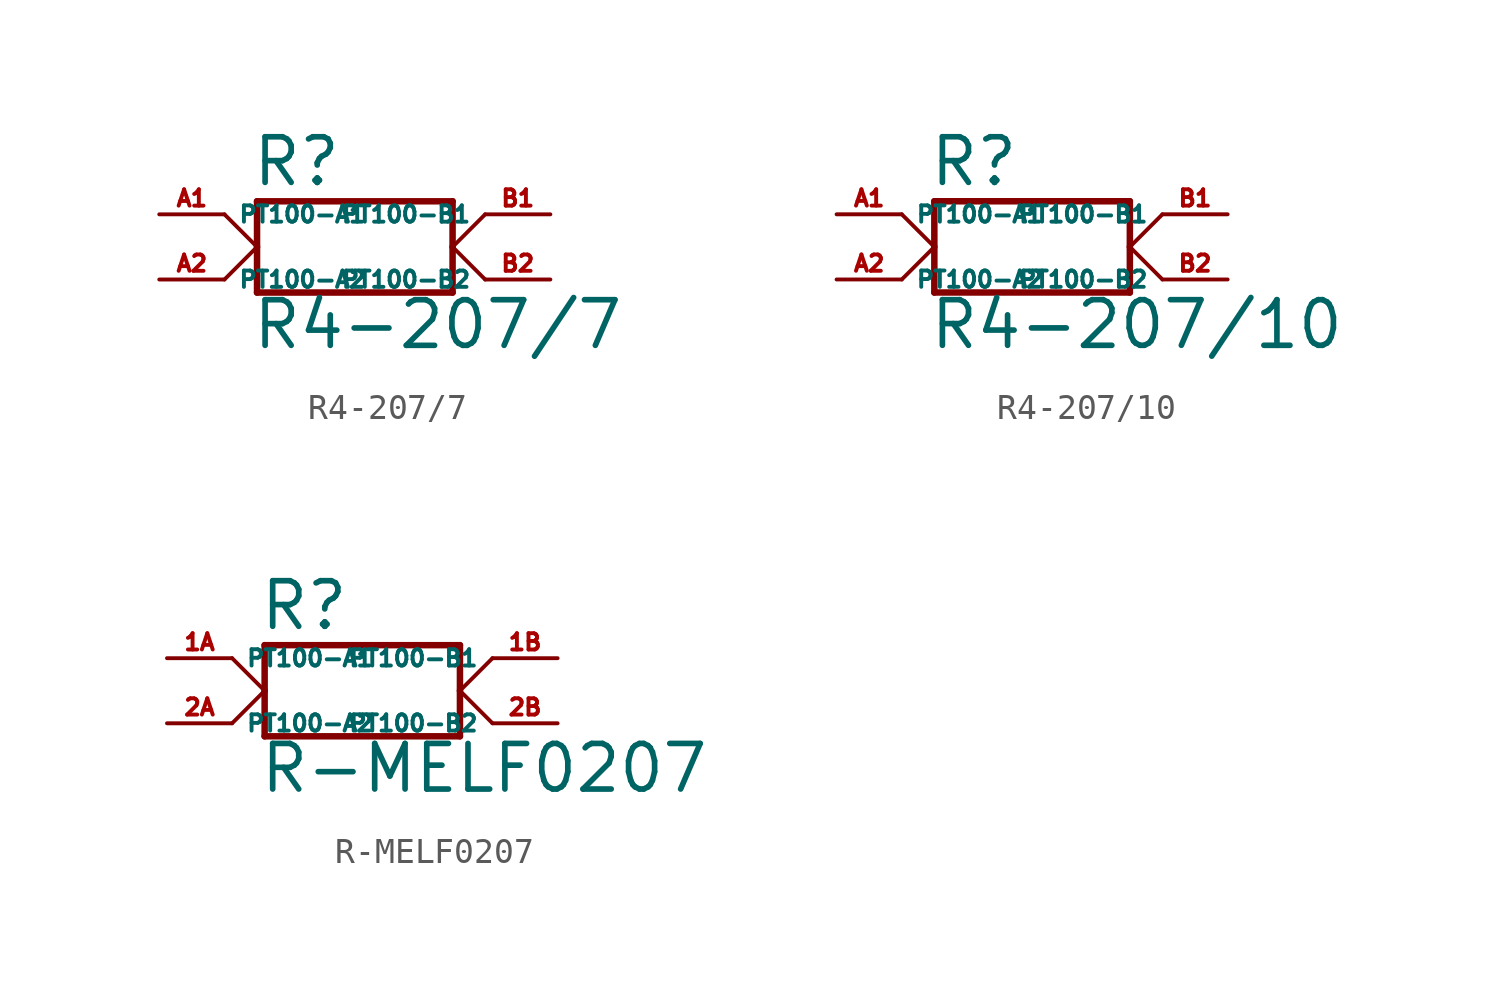
<source format=kicad_sym>
(kicad_symbol_lib
  (version 20220914)
  (generator Eagle2Kicad)
  (symbol "R4-207/7"
    (property "Reference" "R"
      (at -4.064 3.556 0)
      (effects (font (size 1.778 1.778) (thickness 0.22)) (justify left bottom)))
    (property "Value" "R4-207/7"
      (at -4.064 -2.794 0)
      (effects (font (size 1.778 1.778) (thickness 0.22)) (justify left bottom)))
    (polyline
      (pts (xy -3.81 3.048) (xy -3.81 1.27))
      (stroke (width 0.254) (type default))
      (fill (type none)))
    (polyline
      (pts (xy -3.81 1.27) (xy -3.81 -0.508))
      (stroke (width 0.254) (type default))
      (fill (type none)))
    (polyline
      (pts (xy -3.81 -0.508) (xy 3.81 -0.508))
      (stroke (width 0.254) (type default))
      (fill (type none)))
    (polyline
      (pts (xy 3.81 -0.508) (xy 3.81 1.27))
      (stroke (width 0.254) (type default))
      (fill (type none)))
    (polyline
      (pts (xy 3.81 1.27) (xy 3.81 3.048))
      (stroke (width 0.254) (type default))
      (fill (type none)))
    (polyline
      (pts (xy 3.81 3.048) (xy -3.81 3.048))
      (stroke (width 0.254) (type default))
      (fill (type none)))
    (polyline
      (pts (xy -5.08 2.54) (xy -3.81 1.27))
      (stroke (width 0.152) (type default))
      (fill (type none)))
    (polyline
      (pts (xy -3.81 1.27) (xy -5.08 0))
      (stroke (width 0.152) (type default))
      (fill (type none)))
    (polyline
      (pts (xy 5.08 2.54) (xy 3.81 1.27))
      (stroke (width 0.152) (type default))
      (fill (type none)))
    (polyline
      (pts (xy 3.81 1.27) (xy 5.08 0))
      (stroke (width 0.152) (type default))
      (fill (type none)))
    (pin passive line
      (at -7.62 0 0)
      (length 2.54)
      (name "PT100-A2" (effects (font (size 0.635 0.635) (thickness 0.08)) (justify left bottom)))
      (number "A2" (effects (font (size 0.635 0.635) (thickness 0.08)) (justify left bottom))))
    (pin passive line
      (at 7.62 0 180)
      (length 2.54)
      (name "PT100-B2" (effects (font (size 0.635 0.635) (thickness 0.08)) (justify left bottom)))
      (number "B2" (effects (font (size 0.635 0.635) (thickness 0.08)) (justify left bottom))))
    (pin passive line
      (at -7.62 2.54 0)
      (length 2.54)
      (name "PT100-A1" (effects (font (size 0.635 0.635) (thickness 0.08)) (justify left bottom)))
      (number "A1" (effects (font (size 0.635 0.635) (thickness 0.08)) (justify left bottom))))
    (pin passive line
      (at 7.62 2.54 180)
      (length 2.54)
      (name "PT100-B1" (effects (font (size 0.635 0.635) (thickness 0.08)) (justify left bottom)))
      (number "B1" (effects (font (size 0.635 0.635) (thickness 0.08)) (justify left bottom)))))
  (symbol "R4-207/10"
    (property "Reference" "R"
      (at -4.064 3.556 0)
      (effects (font (size 1.778 1.778) (thickness 0.22)) (justify left bottom)))
    (property "Value" "R4-207/10"
      (at -4.064 -2.794 0)
      (effects (font (size 1.778 1.778) (thickness 0.22)) (justify left bottom)))
    (polyline
      (pts (xy -3.81 3.048) (xy -3.81 1.27))
      (stroke (width 0.254) (type default))
      (fill (type none)))
    (polyline
      (pts (xy -3.81 1.27) (xy -3.81 -0.508))
      (stroke (width 0.254) (type default))
      (fill (type none)))
    (polyline
      (pts (xy -3.81 -0.508) (xy 3.81 -0.508))
      (stroke (width 0.254) (type default))
      (fill (type none)))
    (polyline
      (pts (xy 3.81 -0.508) (xy 3.81 1.27))
      (stroke (width 0.254) (type default))
      (fill (type none)))
    (polyline
      (pts (xy 3.81 1.27) (xy 3.81 3.048))
      (stroke (width 0.254) (type default))
      (fill (type none)))
    (polyline
      (pts (xy 3.81 3.048) (xy -3.81 3.048))
      (stroke (width 0.254) (type default))
      (fill (type none)))
    (polyline
      (pts (xy -5.08 2.54) (xy -3.81 1.27))
      (stroke (width 0.152) (type default))
      (fill (type none)))
    (polyline
      (pts (xy -3.81 1.27) (xy -5.08 0))
      (stroke (width 0.152) (type default))
      (fill (type none)))
    (polyline
      (pts (xy 5.08 2.54) (xy 3.81 1.27))
      (stroke (width 0.152) (type default))
      (fill (type none)))
    (polyline
      (pts (xy 3.81 1.27) (xy 5.08 0))
      (stroke (width 0.152) (type default))
      (fill (type none)))
    (pin passive line
      (at -7.62 0 0)
      (length 2.54)
      (name "PT100-A2" (effects (font (size 0.635 0.635) (thickness 0.08)) (justify left bottom)))
      (number "A2" (effects (font (size 0.635 0.635) (thickness 0.08)) (justify left bottom))))
    (pin passive line
      (at 7.62 0 180)
      (length 2.54)
      (name "PT100-B2" (effects (font (size 0.635 0.635) (thickness 0.08)) (justify left bottom)))
      (number "B2" (effects (font (size 0.635 0.635) (thickness 0.08)) (justify left bottom))))
    (pin passive line
      (at -7.62 2.54 0)
      (length 2.54)
      (name "PT100-A1" (effects (font (size 0.635 0.635) (thickness 0.08)) (justify left bottom)))
      (number "A1" (effects (font (size 0.635 0.635) (thickness 0.08)) (justify left bottom))))
    (pin passive line
      (at 7.62 2.54 180)
      (length 2.54)
      (name "PT100-B1" (effects (font (size 0.635 0.635) (thickness 0.08)) (justify left bottom)))
      (number "B1" (effects (font (size 0.635 0.635) (thickness 0.08)) (justify left bottom)))))
  (symbol "R-MELF0207"
    (property "Reference" "R"
      (at -4.064 3.556 0)
      (effects (font (size 1.778 1.778) (thickness 0.22)) (justify left bottom)))
    (property "Value" "R-MELF0207"
      (at -4.064 -2.794 0)
      (effects (font (size 1.778 1.778) (thickness 0.22)) (justify left bottom)))
    (polyline
      (pts (xy -3.81 3.048) (xy -3.81 1.27))
      (stroke (width 0.254) (type default))
      (fill (type none)))
    (polyline
      (pts (xy -3.81 1.27) (xy -3.81 -0.508))
      (stroke (width 0.254) (type default))
      (fill (type none)))
    (polyline
      (pts (xy -3.81 -0.508) (xy 3.81 -0.508))
      (stroke (width 0.254) (type default))
      (fill (type none)))
    (polyline
      (pts (xy 3.81 -0.508) (xy 3.81 1.27))
      (stroke (width 0.254) (type default))
      (fill (type none)))
    (polyline
      (pts (xy 3.81 1.27) (xy 3.81 3.048))
      (stroke (width 0.254) (type default))
      (fill (type none)))
    (polyline
      (pts (xy 3.81 3.048) (xy -3.81 3.048))
      (stroke (width 0.254) (type default))
      (fill (type none)))
    (polyline
      (pts (xy -5.08 2.54) (xy -3.81 1.27))
      (stroke (width 0.152) (type default))
      (fill (type none)))
    (polyline
      (pts (xy -3.81 1.27) (xy -5.08 0))
      (stroke (width 0.152) (type default))
      (fill (type none)))
    (polyline
      (pts (xy 5.08 2.54) (xy 3.81 1.27))
      (stroke (width 0.152) (type default))
      (fill (type none)))
    (polyline
      (pts (xy 3.81 1.27) (xy 5.08 0))
      (stroke (width 0.152) (type default))
      (fill (type none)))
    (pin passive line
      (at -7.62 0 0)
      (length 2.54)
      (name "PT100-A2" (effects (font (size 0.635 0.635) (thickness 0.08)) (justify left bottom)))
      (number "2A" (effects (font (size 0.635 0.635) (thickness 0.08)) (justify left bottom))))
    (pin passive line
      (at 7.62 0 180)
      (length 2.54)
      (name "PT100-B2" (effects (font (size 0.635 0.635) (thickness 0.08)) (justify left bottom)))
      (number "2B" (effects (font (size 0.635 0.635) (thickness 0.08)) (justify left bottom))))
    (pin passive line
      (at -7.62 2.54 0)
      (length 2.54)
      (name "PT100-A1" (effects (font (size 0.635 0.635) (thickness 0.08)) (justify left bottom)))
      (number "1A" (effects (font (size 0.635 0.635) (thickness 0.08)) (justify left bottom))))
    (pin passive line
      (at 7.62 2.54 180)
      (length 2.54)
      (name "PT100-B1" (effects (font (size 0.635 0.635) (thickness 0.08)) (justify left bottom)))
      (number "1B" (effects (font (size 0.635 0.635) (thickness 0.08)) (justify left bottom))))))
</source>
